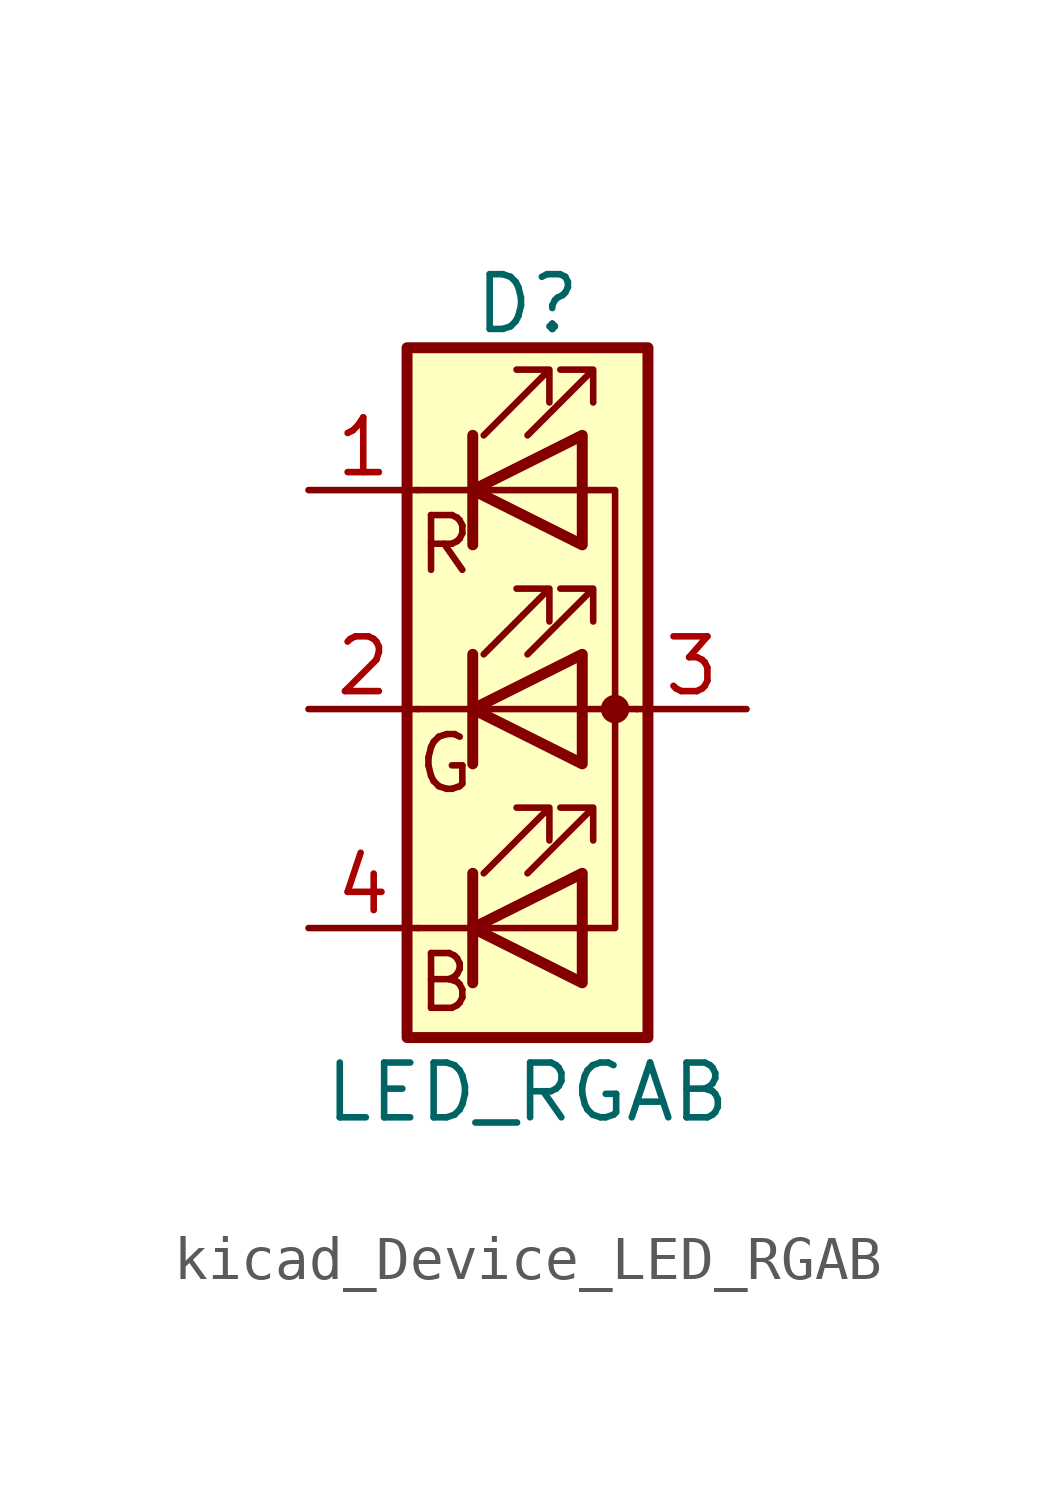
<source format=kicad_sym>
(kicad_symbol_lib
  (version 20220914)
  (generator kicad_symbol_editor)
  (symbol "kicad_Device_LED_RGAB"
    (pin_names
      (offset 0) hide)
    (property "Reference" "D"
      (at 0 9.398 0)
      (effects (font (size 1.27 1.27))))
    (property "Value" "LED_RGAB"
      (at 0 -8.89 0)
      (effects (font (size 1.27 1.27))))
    (symbol "kicad_Device_LED_RGAB_0_0"
      (text "B" (at -1.905 -6.35 0) (effects (font (size 1.27 1.27))))
      (text "G" (at -1.905 -1.27 0) (effects (font (size 1.27 1.27))))
      (text "R" (at -1.905 3.81 0) (effects (font (size 1.27 1.27)))))
    (symbol "kicad_Device_LED_RGAB_0_1"
      (polyline (pts (xy -1.27 -5.08) (xy -2.54 -5.08)) (stroke (width 0) (type default)) (fill (type none)))
      (polyline (pts (xy -1.27 -5.08) (xy 1.27 -5.08)) (stroke (width 0) (type default)) (fill (type none)))
      (polyline (pts (xy -1.27 -3.81) (xy -1.27 -6.35)) (stroke (width 0.254) (type default)) (fill (type none)))
      (polyline (pts (xy -1.27 0) (xy -2.54 0)) (stroke (width 0) (type default)) (fill (type none)))
      (polyline (pts (xy -1.27 1.27) (xy -1.27 -1.27)) (stroke (width 0.254) (type default)) (fill (type none)))
      (polyline (pts (xy -1.27 5.08) (xy -2.54 5.08)) (stroke (width 0) (type default)) (fill (type none)))
      (polyline (pts (xy -1.27 5.08) (xy 1.27 5.08)) (stroke (width 0) (type default)) (fill (type none)))
      (polyline (pts (xy -1.27 6.35) (xy -1.27 3.81)) (stroke (width 0.254) (type default)) (fill (type none)))
      (polyline (pts (xy 1.27 0) (xy -1.27 0)) (stroke (width 0) (type default)) (fill (type none)))
      (polyline (pts (xy 1.27 0) (xy 2.54 0)) (stroke (width 0) (type default)) (fill (type none)))
      (polyline (pts (xy -1.27 1.27) (xy -1.27 -1.27) (xy -1.27 -1.27)) (stroke (width 0) (type default)) (fill (type none)))
      (polyline (pts (xy -1.27 6.35) (xy -1.27 3.81) (xy -1.27 3.81)) (stroke (width 0) (type default)) (fill (type none)))
      (polyline (pts (xy 1.27 -5.08) (xy 2.032 -5.08) (xy 2.032 5.08) (xy 1.27 5.08)) (stroke (width 0) (type default)) (fill (type none)))
      (polyline (pts (xy 1.27 -3.81) (xy 1.27 -6.35) (xy -1.27 -5.08) (xy 1.27 -3.81)) (stroke (width 0.254) (type default)) (fill (type none)))
      (polyline (pts (xy 1.27 1.27) (xy 1.27 -1.27) (xy -1.27 0) (xy 1.27 1.27)) (stroke (width 0.254) (type default)) (fill (type none)))
      (polyline (pts (xy 1.27 6.35) (xy 1.27 3.81) (xy -1.27 5.08) (xy 1.27 6.35)) (stroke (width 0.254) (type default)) (fill (type none)))
      (polyline (pts (xy -1.016 -3.81) (xy 0.508 -2.286) (xy -0.254 -2.286) (xy 0.508 -2.286) (xy 0.508 -3.048)) (stroke (width 0) (type default)) (fill (type none)))
      (polyline (pts (xy -1.016 1.27) (xy 0.508 2.794) (xy -0.254 2.794) (xy 0.508 2.794) (xy 0.508 2.032)) (stroke (width 0) (type default)) (fill (type none)))
      (polyline (pts (xy -1.016 6.35) (xy 0.508 7.874) (xy -0.254 7.874) (xy 0.508 7.874) (xy 0.508 7.112)) (stroke (width 0) (type default)) (fill (type none)))
      (polyline (pts (xy 0 -3.81) (xy 1.524 -2.286) (xy 0.762 -2.286) (xy 1.524 -2.286) (xy 1.524 -3.048)) (stroke (width 0) (type default)) (fill (type none)))
      (polyline (pts (xy 0 1.27) (xy 1.524 2.794) (xy 0.762 2.794) (xy 1.524 2.794) (xy 1.524 2.032)) (stroke (width 0) (type default)) (fill (type none)))
      (polyline (pts (xy 0 6.35) (xy 1.524 7.874) (xy 0.762 7.874) (xy 1.524 7.874) (xy 1.524 7.112)) (stroke (width 0) (type default)) (fill (type none)))
      (rectangle (start 1.27 -1.27) (end 1.27 1.27) (stroke (width 0) (type default)) (fill (type none)))
      (rectangle (start 1.27 1.27) (end 1.27 1.27) (stroke (width 0) (type default)) (fill (type none)))
      (rectangle (start 1.27 3.81) (end 1.27 6.35) (stroke (width 0) (type default)) (fill (type none)))
      (rectangle (start 1.27 6.35) (end 1.27 6.35) (stroke (width 0) (type default)) (fill (type none)))
      (circle (center 2.032 0) (radius 0.254) (stroke (width 0) (type default)) (fill (type outline)))
      (rectangle (start 2.794 8.382) (end -2.794 -7.62) (stroke (width 0.254) (type default)) (fill (type background))))
    (symbol "kicad_Device_LED_RGAB_1_1"
      (pin passive line (at -5.08 5.08 0) (length 2.54) (name "RK" (effects (font (size 1.27 1.27)))) (number "1" (effects (font (size 1.27 1.27)))))
      (pin passive line (at -5.08 0 0) (length 2.54) (name "GK" (effects (font (size 1.27 1.27)))) (number "2" (effects (font (size 1.27 1.27)))))
      (pin passive line (at 5.08 0 180) (length 2.54) (name "A" (effects (font (size 1.27 1.27)))) (number "3" (effects (font (size 1.27 1.27)))))
      (pin passive line (at -5.08 -5.08 0) (length 2.54) (name "BK" (effects (font (size 1.27 1.27)))) (number "4" (effects (font (size 1.27 1.27))))))))
</source>
